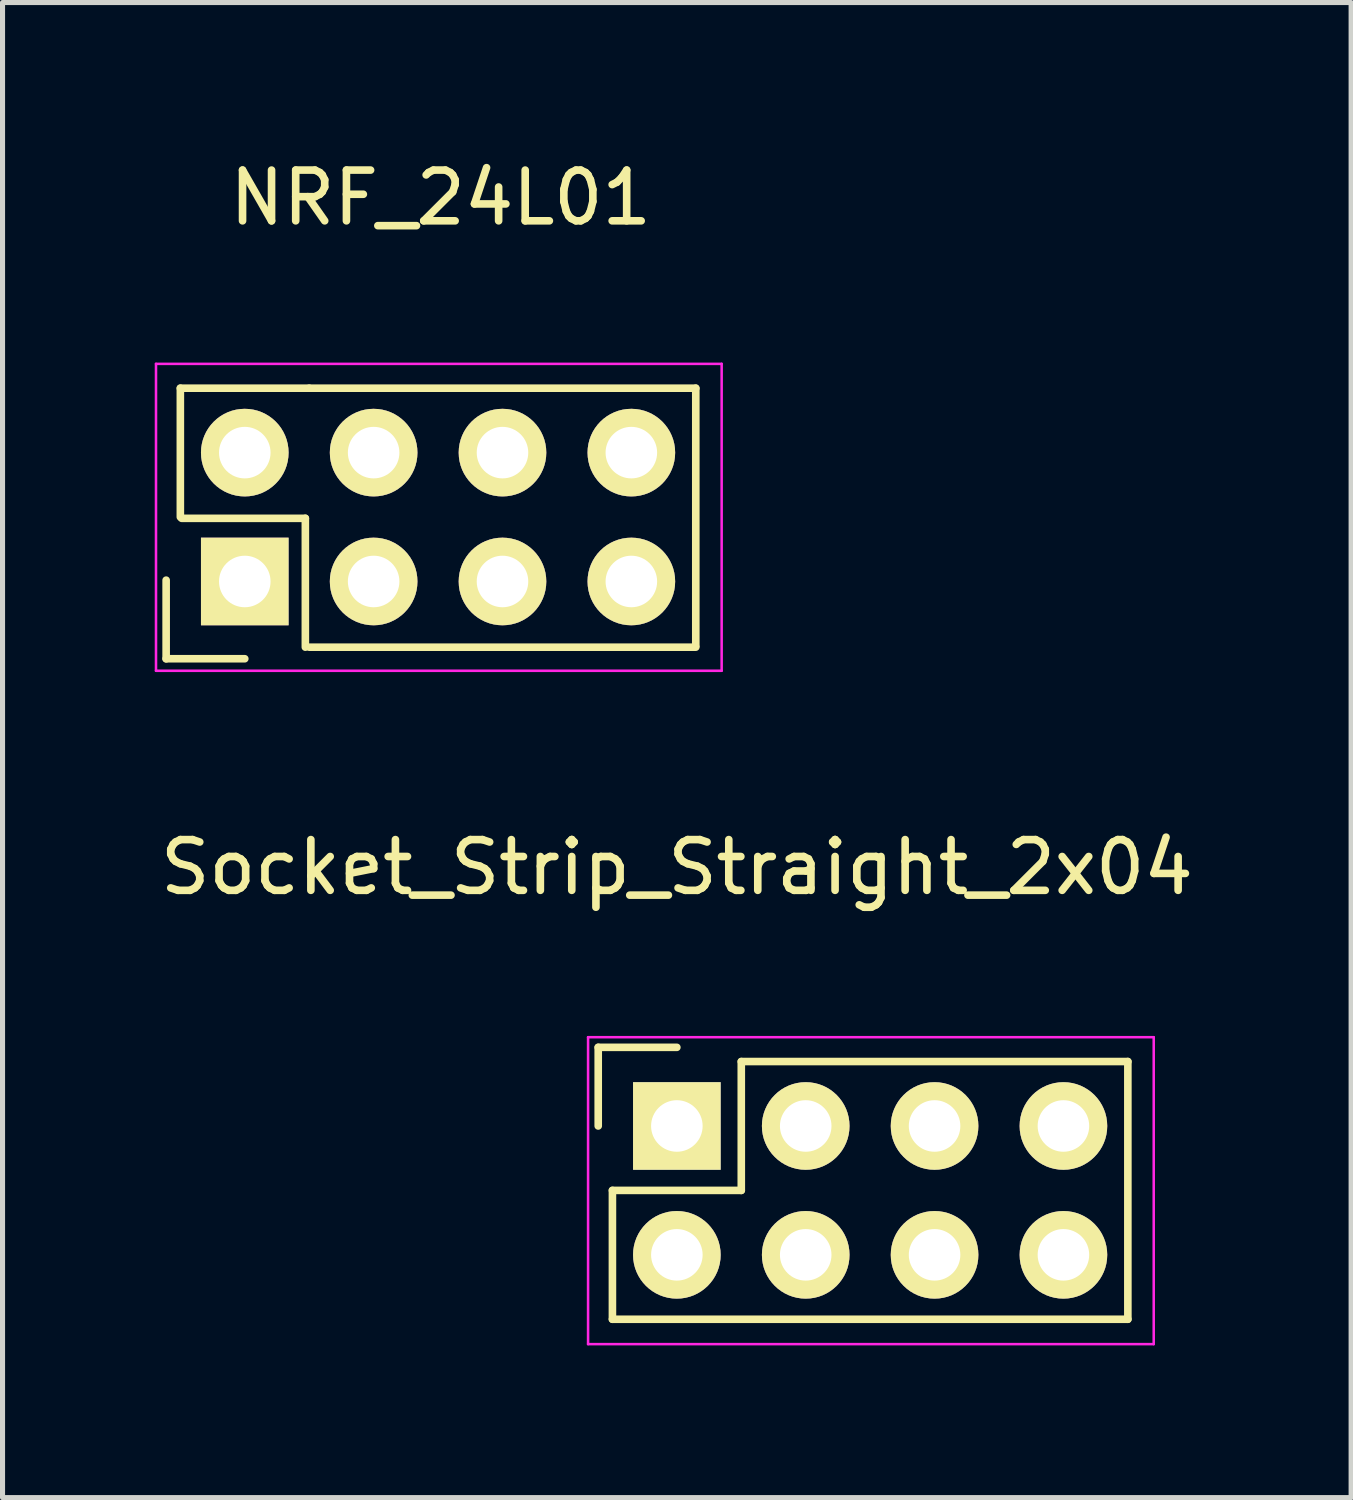
<source format=kicad_pcb>
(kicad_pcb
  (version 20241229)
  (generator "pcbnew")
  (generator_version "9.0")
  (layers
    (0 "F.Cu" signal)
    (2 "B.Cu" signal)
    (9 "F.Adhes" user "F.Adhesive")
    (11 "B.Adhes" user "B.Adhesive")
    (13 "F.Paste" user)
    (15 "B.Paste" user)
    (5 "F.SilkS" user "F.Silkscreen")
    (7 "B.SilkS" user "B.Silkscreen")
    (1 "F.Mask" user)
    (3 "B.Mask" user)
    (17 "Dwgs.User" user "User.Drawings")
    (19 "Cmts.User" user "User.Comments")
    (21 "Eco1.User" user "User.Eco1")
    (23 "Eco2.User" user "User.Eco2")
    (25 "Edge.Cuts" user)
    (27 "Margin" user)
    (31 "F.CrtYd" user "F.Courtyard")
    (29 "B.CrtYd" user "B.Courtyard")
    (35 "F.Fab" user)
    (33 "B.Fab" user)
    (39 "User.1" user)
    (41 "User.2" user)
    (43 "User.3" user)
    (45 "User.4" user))
  (footprint "NRF_24L01"
    (placed yes)
    (layer "F.Cu")
    (at 5.636 5.948)
    (property "Reference" "NRF_24L01" (at 0 -5.1 0) (layer "F.SilkS") (effects (font (size 1 1) (thickness 0.15))))
    (attr through_hole)
    (fp_line (start -5.411 2.438) (end -5.411 3.988) (stroke (width 0.15) (type solid)) (layer "F.SilkS"))
    (fp_line (start -5.131 -1.346) (end -2.591 -1.346) (stroke (width 0.15) (type solid)) (layer "F.SilkS"))
    (fp_line (start -5.131 1.194) (end -5.131 -1.346) (stroke (width 0.15) (type solid)) (layer "F.SilkS"))
    (fp_line (start -5.105 1.219) (end -2.667 1.219) (stroke (width 0.15) (type solid)) (layer "F.SilkS"))
    (fp_line (start -3.861 3.987) (end -5.411 3.987) (stroke (width 0.15) (type solid)) (layer "F.SilkS"))
    (fp_line (start -2.667 1.219) (end -2.667 3.759) (stroke (width 0.15) (type solid)) (layer "F.SilkS"))
    (fp_line (start -2.591 -1.346) (end 5.029 -1.346) (stroke (width 0.15) (type solid)) (layer "F.SilkS"))
    (fp_line (start -2.591 3.759) (end 5.029 3.759) (stroke (width 0.15) (type solid)) (layer "F.SilkS"))
    (fp_line (start 5.029 -1.346) (end 5.029 3.734) (stroke (width 0.15) (type solid)) (layer "F.SilkS"))
    (fp_line (start -5.611 -1.826) (end -5.611 4.224) (stroke (width 0.05) (type solid)) (layer "F.CrtYd"))
    (fp_line (start -5.611 -1.826) (end 5.539 -1.826) (stroke (width 0.05) (type solid)) (layer "F.CrtYd"))
    (fp_line (start -5.611 4.224) (end 5.539 4.224) (stroke (width 0.05) (type solid)) (layer "F.CrtYd"))
    (fp_line (start 5.539 -1.826) (end 5.539 4.224) (stroke (width 0.05) (type solid)) (layer "F.CrtYd"))
    (pad "1" thru_hole rect (at -3.861 2.464) (size 1.727 1.727) (drill 1.016) (layers "*.Cu" "*.Mask" "F.SilkS"))
    (pad "2" thru_hole circle (at -3.861 -0.076) (size 1.727 1.727) (drill 1.016) (layers "*.Cu" "*.Mask" "F.SilkS"))
    (pad "3" thru_hole oval (at -1.321 2.464) (size 1.727 1.727) (drill 1.016) (layers "*.Cu" "*.Mask" "F.SilkS"))
    (pad "4" thru_hole oval (at -1.321 -0.076) (size 1.727 1.727) (drill 1.016) (layers "*.Cu" "*.Mask" "F.SilkS"))
    (pad "5" thru_hole oval (at 1.219 2.464) (size 1.727 1.727) (drill 1.016) (layers "*.Cu" "*.Mask" "F.SilkS"))
    (pad "6" thru_hole oval (at 1.219 -0.076) (size 1.727 1.727) (drill 1.016) (layers "*.Cu" "*.Mask" "F.SilkS"))
    (pad "7" thru_hole oval (at 3.759 2.464) (size 1.727 1.727) (drill 1.016) (layers "*.Cu" "*.Mask" "F.SilkS"))
    (pad "8" thru_hole oval (at 3.759 -0.076) (size 1.727 1.727) (drill 1.016) (layers "*.Cu" "*.Mask" "F.SilkS")))
  (footprint "Socket_Strip_Straight_2x04"
    (placed yes)
    (layer "F.Cu")
    (at 10.292 19.145)
    (property "Reference" "Socket_Strip_Straight_2x04" (at 0 -5.1 0) (layer "F.SilkS") (effects (font (size 1 1) (thickness 0.15))))
    (attr through_hole)
    (fp_line (start -1.55 -1.55) (end -1.55 0) (stroke (width 0.15) (type solid)) (layer "F.SilkS"))
    (fp_line (start -1.27 1.27) (end 1.27 1.27) (stroke (width 0.15) (type solid)) (layer "F.SilkS"))
    (fp_line (start -1.27 3.81) (end -1.27 1.27) (stroke (width 0.15) (type solid)) (layer "F.SilkS"))
    (fp_line (start 0 -1.55) (end -1.55 -1.55) (stroke (width 0.15) (type solid)) (layer "F.SilkS"))
    (fp_line (start 1.27 -1.27) (end 8.89 -1.27) (stroke (width 0.15) (type solid)) (layer "F.SilkS"))
    (fp_line (start 1.27 1.27) (end 1.27 -1.27) (stroke (width 0.15) (type solid)) (layer "F.SilkS"))
    (fp_line (start 8.89 -1.27) (end 8.89 3.81) (stroke (width 0.15) (type solid)) (layer "F.SilkS"))
    (fp_line (start 8.89 3.81) (end -1.27 3.81) (stroke (width 0.15) (type solid)) (layer "F.SilkS"))
    (fp_line (start -1.75 -1.75) (end -1.75 4.3) (stroke (width 0.05) (type solid)) (layer "F.CrtYd"))
    (fp_line (start -1.75 -1.75) (end 9.4 -1.75) (stroke (width 0.05) (type solid)) (layer "F.CrtYd"))
    (fp_line (start -1.75 4.3) (end 9.4 4.3) (stroke (width 0.05) (type solid)) (layer "F.CrtYd"))
    (fp_line (start 9.4 -1.75) (end 9.4 4.3) (stroke (width 0.05) (type solid)) (layer "F.CrtYd"))
    (pad "1" thru_hole rect (at 0 0) (size 1.727 1.727) (drill 1.016) (layers "*.Cu" "*.Mask" "F.SilkS"))
    (pad "2" thru_hole oval (at 0 2.54) (size 1.727 1.727) (drill 1.016) (layers "*.Cu" "*.Mask" "F.SilkS"))
    (pad "3" thru_hole oval (at 2.54 0) (size 1.727 1.727) (drill 1.016) (layers "*.Cu" "*.Mask" "F.SilkS"))
    (pad "4" thru_hole oval (at 2.54 2.54) (size 1.727 1.727) (drill 1.016) (layers "*.Cu" "*.Mask" "F.SilkS"))
    (pad "5" thru_hole oval (at 5.08 0) (size 1.727 1.727) (drill 1.016) (layers "*.Cu" "*.Mask" "F.SilkS"))
    (pad "6" thru_hole oval (at 5.08 2.54) (size 1.727 1.727) (drill 1.016) (layers "*.Cu" "*.Mask" "F.SilkS"))
    (pad "7" thru_hole oval (at 7.62 0) (size 1.727 1.727) (drill 1.016) (layers "*.Cu" "*.Mask" "F.SilkS"))
    (pad "8" thru_hole oval (at 7.62 2.54) (size 1.727 1.727) (drill 1.016) (layers "*.Cu" "*.Mask" "F.SilkS")))
  (gr_rect
    (start -3 -3)
    (end 23.583 26.47)
    (stroke (width 0.1) (type default))
    (fill no)
    (layer "Edge.Cuts")))
</source>
